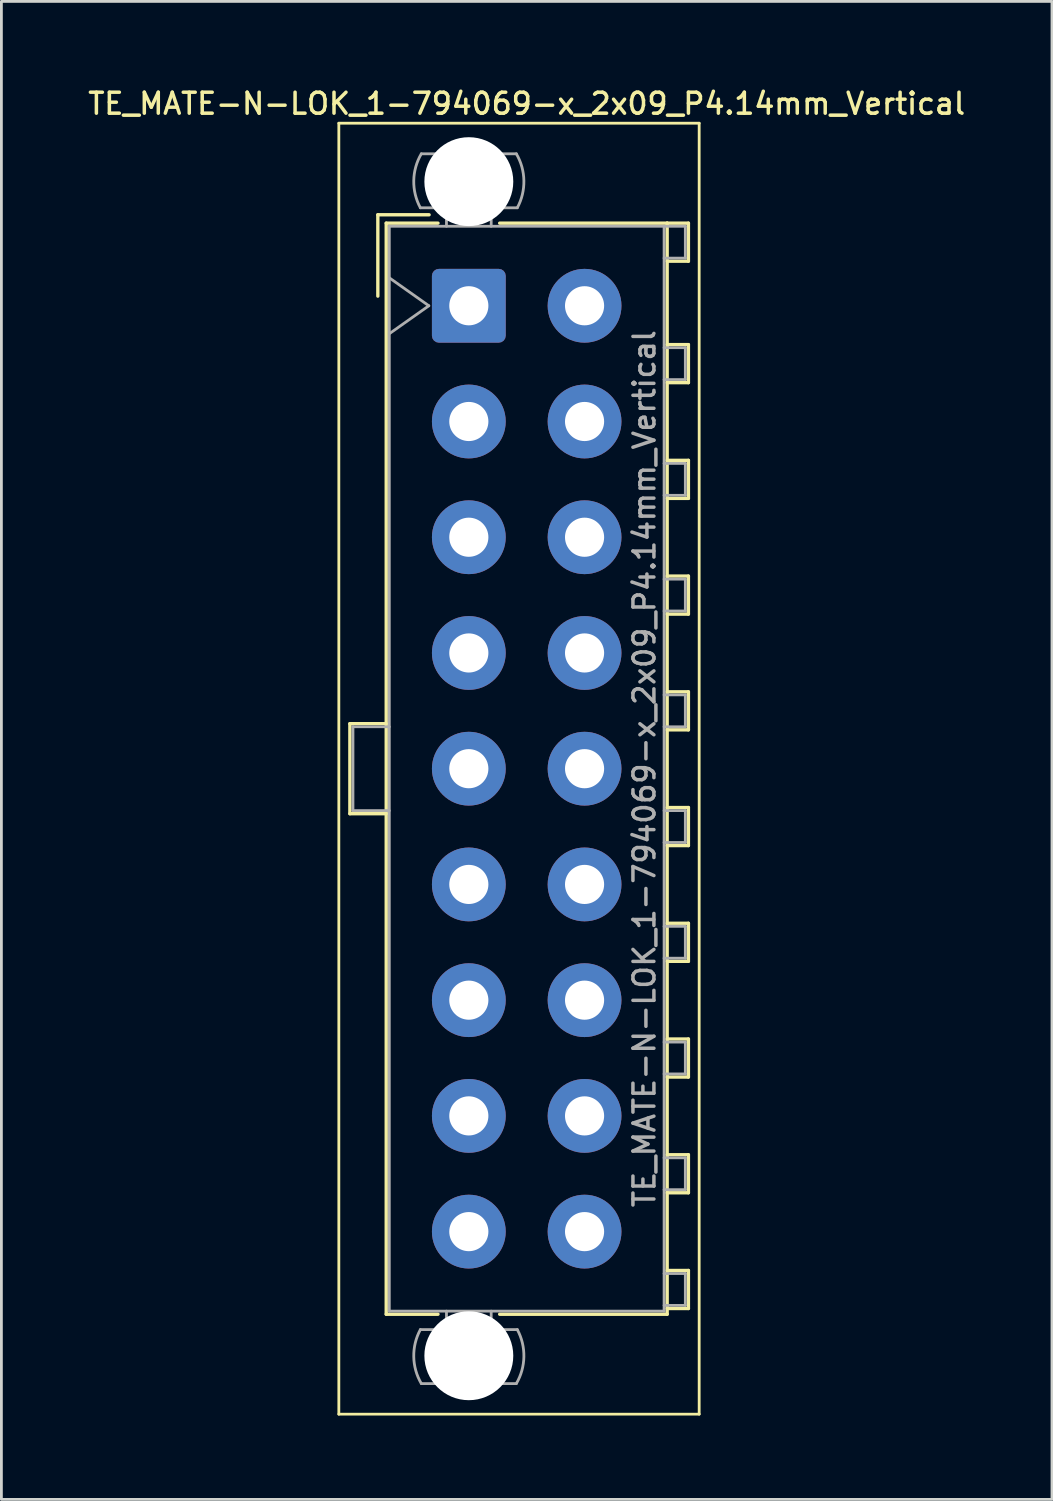
<source format=kicad_pcb>
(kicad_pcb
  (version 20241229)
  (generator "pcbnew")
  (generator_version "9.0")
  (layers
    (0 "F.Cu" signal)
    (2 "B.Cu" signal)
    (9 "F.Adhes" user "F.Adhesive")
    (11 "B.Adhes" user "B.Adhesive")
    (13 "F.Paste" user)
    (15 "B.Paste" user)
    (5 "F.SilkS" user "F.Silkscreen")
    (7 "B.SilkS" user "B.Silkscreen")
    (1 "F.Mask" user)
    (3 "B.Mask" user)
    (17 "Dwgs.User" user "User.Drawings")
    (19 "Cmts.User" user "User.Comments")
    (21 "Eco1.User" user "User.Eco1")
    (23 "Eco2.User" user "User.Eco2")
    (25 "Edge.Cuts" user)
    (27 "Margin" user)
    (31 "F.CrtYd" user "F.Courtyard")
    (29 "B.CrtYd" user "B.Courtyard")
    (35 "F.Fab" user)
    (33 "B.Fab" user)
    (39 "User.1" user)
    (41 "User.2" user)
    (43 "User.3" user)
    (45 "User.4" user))
  (footprint "TE_MATE-N-LOK_1-794069-x_2x09_P4.14mm_Vertical"
    (layer "F.Cu")
    (at 13.721 7.888)
    (property "Reference" "TE_MATE-N-LOK_1-794069-x_2x09_P4.14mm_Vertical" (at 2.07 -7.23 0) (layer "F.SilkS") (effects (font (size 0.75 0.75) (thickness 0.125))))
    (attr through_hole)
    (fp_line (start -4.65 -6.53) (end -4.65 39.65) (stroke (width 0.1) (type solid)) (layer "F.SilkS"))
    (fp_line (start -4.65 39.65) (end 8.24 39.65) (stroke (width 0.1) (type solid)) (layer "F.SilkS"))
    (fp_line (start -4.255 14.95) (end -4.255 18.17) (stroke (width 0.12) (type solid)) (layer "F.SilkS"))
    (fp_line (start -4.255 18.17) (end -2.955 18.17) (stroke (width 0.12) (type solid)) (layer "F.SilkS"))
    (fp_line (start -3.255 -3.255) (end -3.255 -0.345) (stroke (width 0.12) (type solid)) (layer "F.SilkS"))
    (fp_line (start -2.955 -2.955) (end -2.955 36.075) (stroke (width 0.12) (type solid)) (layer "F.SilkS"))
    (fp_line (start -2.955 14.95) (end -4.255 14.95) (stroke (width 0.12) (type solid)) (layer "F.SilkS"))
    (fp_line (start -2.955 36.075) (end -1.103 36.075) (stroke (width 0.12) (type solid)) (layer "F.SilkS"))
    (fp_line (start -1.421 -3.255) (end -3.255 -3.255) (stroke (width 0.12) (type solid)) (layer "F.SilkS"))
    (fp_line (start -1.103 -2.955) (end -2.955 -2.955) (stroke (width 0.12) (type solid)) (layer "F.SilkS"))
    (fp_line (start 1.103 -2.955) (end 7.095 -2.955) (stroke (width 0.12) (type solid)) (layer "F.SilkS"))
    (fp_line (start 7.095 -2.955) (end 7.095 36.075) (stroke (width 0.12) (type solid)) (layer "F.SilkS"))
    (fp_line (start 7.095 -2.955) (end 7.855 -2.955) (stroke (width 0.12) (type solid)) (layer "F.SilkS"))
    (fp_line (start 7.095 1.39) (end 7.855 1.39) (stroke (width 0.12) (type solid)) (layer "F.SilkS"))
    (fp_line (start 7.095 5.53) (end 7.855 5.53) (stroke (width 0.12) (type solid)) (layer "F.SilkS"))
    (fp_line (start 7.095 9.67) (end 7.855 9.67) (stroke (width 0.12) (type solid)) (layer "F.SilkS"))
    (fp_line (start 7.095 13.81) (end 7.855 13.81) (stroke (width 0.12) (type solid)) (layer "F.SilkS"))
    (fp_line (start 7.095 17.95) (end 7.855 17.95) (stroke (width 0.12) (type solid)) (layer "F.SilkS"))
    (fp_line (start 7.095 22.09) (end 7.855 22.09) (stroke (width 0.12) (type solid)) (layer "F.SilkS"))
    (fp_line (start 7.095 26.23) (end 7.855 26.23) (stroke (width 0.12) (type solid)) (layer "F.SilkS"))
    (fp_line (start 7.095 30.37) (end 7.855 30.37) (stroke (width 0.12) (type solid)) (layer "F.SilkS"))
    (fp_line (start 7.095 34.51) (end 7.855 34.51) (stroke (width 0.12) (type solid)) (layer "F.SilkS"))
    (fp_line (start 7.095 36.075) (end 1.103 36.075) (stroke (width 0.12) (type solid)) (layer "F.SilkS"))
    (fp_line (start 7.855 -2.955) (end 7.855 -1.595) (stroke (width 0.12) (type solid)) (layer "F.SilkS"))
    (fp_line (start 7.855 -1.595) (end 7.095 -1.595) (stroke (width 0.12) (type solid)) (layer "F.SilkS"))
    (fp_line (start 7.855 1.39) (end 7.855 2.75) (stroke (width 0.12) (type solid)) (layer "F.SilkS"))
    (fp_line (start 7.855 2.75) (end 7.095 2.75) (stroke (width 0.12) (type solid)) (layer "F.SilkS"))
    (fp_line (start 7.855 5.53) (end 7.855 6.89) (stroke (width 0.12) (type solid)) (layer "F.SilkS"))
    (fp_line (start 7.855 6.89) (end 7.095 6.89) (stroke (width 0.12) (type solid)) (layer "F.SilkS"))
    (fp_line (start 7.855 9.67) (end 7.855 11.03) (stroke (width 0.12) (type solid)) (layer "F.SilkS"))
    (fp_line (start 7.855 11.03) (end 7.095 11.03) (stroke (width 0.12) (type solid)) (layer "F.SilkS"))
    (fp_line (start 7.855 13.81) (end 7.855 15.17) (stroke (width 0.12) (type solid)) (layer "F.SilkS"))
    (fp_line (start 7.855 15.17) (end 7.095 15.17) (stroke (width 0.12) (type solid)) (layer "F.SilkS"))
    (fp_line (start 7.855 17.95) (end 7.855 19.31) (stroke (width 0.12) (type solid)) (layer "F.SilkS"))
    (fp_line (start 7.855 19.31) (end 7.095 19.31) (stroke (width 0.12) (type solid)) (layer "F.SilkS"))
    (fp_line (start 7.855 22.09) (end 7.855 23.45) (stroke (width 0.12) (type solid)) (layer "F.SilkS"))
    (fp_line (start 7.855 23.45) (end 7.095 23.45) (stroke (width 0.12) (type solid)) (layer "F.SilkS"))
    (fp_line (start 7.855 26.23) (end 7.855 27.59) (stroke (width 0.12) (type solid)) (layer "F.SilkS"))
    (fp_line (start 7.855 27.59) (end 7.095 27.59) (stroke (width 0.12) (type solid)) (layer "F.SilkS"))
    (fp_line (start 7.855 30.37) (end 7.855 31.73) (stroke (width 0.12) (type solid)) (layer "F.SilkS"))
    (fp_line (start 7.855 31.73) (end 7.095 31.73) (stroke (width 0.12) (type solid)) (layer "F.SilkS"))
    (fp_line (start 7.855 34.51) (end 7.855 35.87) (stroke (width 0.12) (type solid)) (layer "F.SilkS"))
    (fp_line (start 7.855 35.87) (end 7.095 35.87) (stroke (width 0.12) (type solid)) (layer "F.SilkS"))
    (fp_line (start 8.24 -6.53) (end -4.65 -6.53) (stroke (width 0.1) (type solid)) (layer "F.SilkS"))
    (fp_line (start 8.24 39.65) (end 8.24 -6.53) (stroke (width 0.1) (type solid)) (layer "F.SilkS"))
    (fp_line (start -4.145 15.06) (end -4.145 18.06) (stroke (width 0.1) (type solid)) (layer "F.Fab"))
    (fp_line (start -4.145 18.06) (end -2.845 18.06) (stroke (width 0.1) (type solid)) (layer "F.Fab"))
    (fp_line (start -2.845 -2.845) (end -2.845 35.965) (stroke (width 0.1) (type solid)) (layer "F.Fab"))
    (fp_line (start -2.845 -1) (end -1.431 0) (stroke (width 0.1) (type solid)) (layer "F.Fab"))
    (fp_line (start -2.845 15.06) (end -4.145 15.06) (stroke (width 0.1) (type solid)) (layer "F.Fab"))
    (fp_line (start -2.845 35.965) (end 6.985 35.965) (stroke (width 0.1) (type solid)) (layer "F.Fab"))
    (fp_line (start -1.431 0) (end -2.845 1) (stroke (width 0.1) (type solid)) (layer "F.Fab"))
    (fp_line (start -0.8 -2.845) (end -0.8 -3.505) (stroke (width 0.1) (type solid)) (layer "F.Fab"))
    (fp_line (start -0.8 35.965) (end -0.8 36.625) (stroke (width 0.1) (type solid)) (layer "F.Fab"))
    (fp_line (start 0.8 -2.845) (end 0.8 -3.505) (stroke (width 0.1) (type solid)) (layer "F.Fab"))
    (fp_line (start 0.8 35.965) (end 0.8 36.625) (stroke (width 0.1) (type solid)) (layer "F.Fab"))
    (fp_line (start 1.7 -5.436) (end -1.7 -5.436) (stroke (width 0.1) (type solid)) (layer "F.Fab"))
    (fp_line (start 1.7 38.556) (end -1.7 38.556) (stroke (width 0.1) (type solid)) (layer "F.Fab"))
    (fp_line (start 1.734 -3.505) (end -1.734 -3.505) (stroke (width 0.1) (type solid)) (layer "F.Fab"))
    (fp_line (start 1.734 36.625) (end -1.734 36.625) (stroke (width 0.1) (type solid)) (layer "F.Fab"))
    (fp_line (start 6.985 -2.845) (end -2.845 -2.845) (stroke (width 0.1) (type solid)) (layer "F.Fab"))
    (fp_line (start 6.985 -2.845) (end 7.745 -2.845) (stroke (width 0.1) (type solid)) (layer "F.Fab"))
    (fp_line (start 6.985 1.5) (end 7.745 1.5) (stroke (width 0.1) (type solid)) (layer "F.Fab"))
    (fp_line (start 6.985 5.64) (end 7.745 5.64) (stroke (width 0.1) (type solid)) (layer "F.Fab"))
    (fp_line (start 6.985 9.78) (end 7.745 9.78) (stroke (width 0.1) (type solid)) (layer "F.Fab"))
    (fp_line (start 6.985 13.92) (end 7.745 13.92) (stroke (width 0.1) (type solid)) (layer "F.Fab"))
    (fp_line (start 6.985 18.06) (end 7.745 18.06) (stroke (width 0.1) (type solid)) (layer "F.Fab"))
    (fp_line (start 6.985 22.2) (end 7.745 22.2) (stroke (width 0.1) (type solid)) (layer "F.Fab"))
    (fp_line (start 6.985 26.34) (end 7.745 26.34) (stroke (width 0.1) (type solid)) (layer "F.Fab"))
    (fp_line (start 6.985 30.48) (end 7.745 30.48) (stroke (width 0.1) (type solid)) (layer "F.Fab"))
    (fp_line (start 6.985 34.62) (end 7.745 34.62) (stroke (width 0.1) (type solid)) (layer "F.Fab"))
    (fp_line (start 6.985 35.965) (end 6.985 -2.845) (stroke (width 0.1) (type solid)) (layer "F.Fab"))
    (fp_line (start 7.745 -2.845) (end 7.745 -1.705) (stroke (width 0.1) (type solid)) (layer "F.Fab"))
    (fp_line (start 7.745 -1.705) (end 6.985 -1.705) (stroke (width 0.1) (type solid)) (layer "F.Fab"))
    (fp_line (start 7.745 1.5) (end 7.745 2.64) (stroke (width 0.1) (type solid)) (layer "F.Fab"))
    (fp_line (start 7.745 2.64) (end 6.985 2.64) (stroke (width 0.1) (type solid)) (layer "F.Fab"))
    (fp_line (start 7.745 5.64) (end 7.745 6.78) (stroke (width 0.1) (type solid)) (layer "F.Fab"))
    (fp_line (start 7.745 6.78) (end 6.985 6.78) (stroke (width 0.1) (type solid)) (layer "F.Fab"))
    (fp_line (start 7.745 9.78) (end 7.745 10.92) (stroke (width 0.1) (type solid)) (layer "F.Fab"))
    (fp_line (start 7.745 10.92) (end 6.985 10.92) (stroke (width 0.1) (type solid)) (layer "F.Fab"))
    (fp_line (start 7.745 13.92) (end 7.745 15.06) (stroke (width 0.1) (type solid)) (layer "F.Fab"))
    (fp_line (start 7.745 15.06) (end 6.985 15.06) (stroke (width 0.1) (type solid)) (layer "F.Fab"))
    (fp_line (start 7.745 18.06) (end 7.745 19.2) (stroke (width 0.1) (type solid)) (layer "F.Fab"))
    (fp_line (start 7.745 19.2) (end 6.985 19.2) (stroke (width 0.1) (type solid)) (layer "F.Fab"))
    (fp_line (start 7.745 22.2) (end 7.745 23.34) (stroke (width 0.1) (type solid)) (layer "F.Fab"))
    (fp_line (start 7.745 23.34) (end 6.985 23.34) (stroke (width 0.1) (type solid)) (layer "F.Fab"))
    (fp_line (start 7.745 26.34) (end 7.745 27.48) (stroke (width 0.1) (type solid)) (layer "F.Fab"))
    (fp_line (start 7.745 27.48) (end 6.985 27.48) (stroke (width 0.1) (type solid)) (layer "F.Fab"))
    (fp_line (start 7.745 30.48) (end 7.745 31.62) (stroke (width 0.1) (type solid)) (layer "F.Fab"))
    (fp_line (start 7.745 31.62) (end 6.985 31.62) (stroke (width 0.1) (type solid)) (layer "F.Fab"))
    (fp_line (start 7.745 34.62) (end 7.745 35.76) (stroke (width 0.1) (type solid)) (layer "F.Fab"))
    (fp_line (start 7.745 35.76) (end 6.985 35.76) (stroke (width 0.1) (type solid)) (layer "F.Fab"))
    (fp_arc (start -1.733977 -3.505) (mid -1.96969 -4.474992) (end -1.699672 -5.436) (stroke (width 0.1) (type solid)) (layer "F.Fab"))
    (fp_arc (start -1.699672 38.556) (mid -1.969689 37.594992) (end -1.733977 36.625) (stroke (width 0.1) (type solid)) (layer "F.Fab"))
    (fp_arc (start 1.699672 -5.436) (mid 1.969689 -4.474992) (end 1.733977 -3.505) (stroke (width 0.1) (type solid)) (layer "F.Fab"))
    (fp_arc (start 1.733977 36.625) (mid 1.96969 37.594992) (end 1.699672 38.556) (stroke (width 0.1) (type solid)) (layer "F.Fab"))
    (fp_text user "${REFERENCE}" (at 6.28 16.56 90) (layer "F.Fab") (effects (font (size 0.75 0.75) (thickness 0.125))))
    (pad "" np_thru_hole circle (at 0 -4.44) (size 3.18 3.18) (drill 3.18) (layers "*.Cu" "*.Mask"))
    (pad "" np_thru_hole circle (at 0 37.56) (size 3.18 3.18) (drill 3.18) (layers "*.Cu" "*.Mask"))
    (pad "1" thru_hole roundrect (at 0 0) (size 2.64 2.64) (drill 1.4) (layers "*.Cu" "*.Mask") (roundrect_rratio 0.095))
    (pad "2" thru_hole circle (at 0 4.14) (size 2.64 2.64) (drill 1.4) (layers "*.Cu" "*.Mask"))
    (pad "3" thru_hole circle (at 0 8.28) (size 2.64 2.64) (drill 1.4) (layers "*.Cu" "*.Mask"))
    (pad "4" thru_hole circle (at 0 12.42) (size 2.64 2.64) (drill 1.4) (layers "*.Cu" "*.Mask"))
    (pad "5" thru_hole circle (at 0 16.56) (size 2.64 2.64) (drill 1.4) (layers "*.Cu" "*.Mask"))
    (pad "6" thru_hole circle (at 0 20.7) (size 2.64 2.64) (drill 1.4) (layers "*.Cu" "*.Mask"))
    (pad "7" thru_hole circle (at 0 24.84) (size 2.64 2.64) (drill 1.4) (layers "*.Cu" "*.Mask"))
    (pad "8" thru_hole circle (at 0 28.98) (size 2.64 2.64) (drill 1.4) (layers "*.Cu" "*.Mask"))
    (pad "9" thru_hole circle (at 0 33.12) (size 2.64 2.64) (drill 1.4) (layers "*.Cu" "*.Mask"))
    (pad "10" thru_hole circle (at 4.14 0) (size 2.64 2.64) (drill 1.4) (layers "*.Cu" "*.Mask"))
    (pad "11" thru_hole circle (at 4.14 4.14) (size 2.64 2.64) (drill 1.4) (layers "*.Cu" "*.Mask"))
    (pad "12" thru_hole circle (at 4.14 8.28) (size 2.64 2.64) (drill 1.4) (layers "*.Cu" "*.Mask"))
    (pad "13" thru_hole circle (at 4.14 12.42) (size 2.64 2.64) (drill 1.4) (layers "*.Cu" "*.Mask"))
    (pad "14" thru_hole circle (at 4.14 16.56) (size 2.64 2.64) (drill 1.4) (layers "*.Cu" "*.Mask"))
    (pad "15" thru_hole circle (at 4.14 20.7) (size 2.64 2.64) (drill 1.4) (layers "*.Cu" "*.Mask"))
    (pad "16" thru_hole circle (at 4.14 24.84) (size 2.64 2.64) (drill 1.4) (layers "*.Cu" "*.Mask"))
    (pad "17" thru_hole circle (at 4.14 28.98) (size 2.64 2.64) (drill 1.4) (layers "*.Cu" "*.Mask"))
    (pad "18" thru_hole circle (at 4.14 33.12) (size 2.64 2.64) (drill 1.4) (layers "*.Cu" "*.Mask")))
  (gr_rect
    (start -3 -3)
    (end 34.582 50.588)
    (stroke (width 0.1) (type default))
    (fill no)
    (layer "Edge.Cuts")))
</source>
